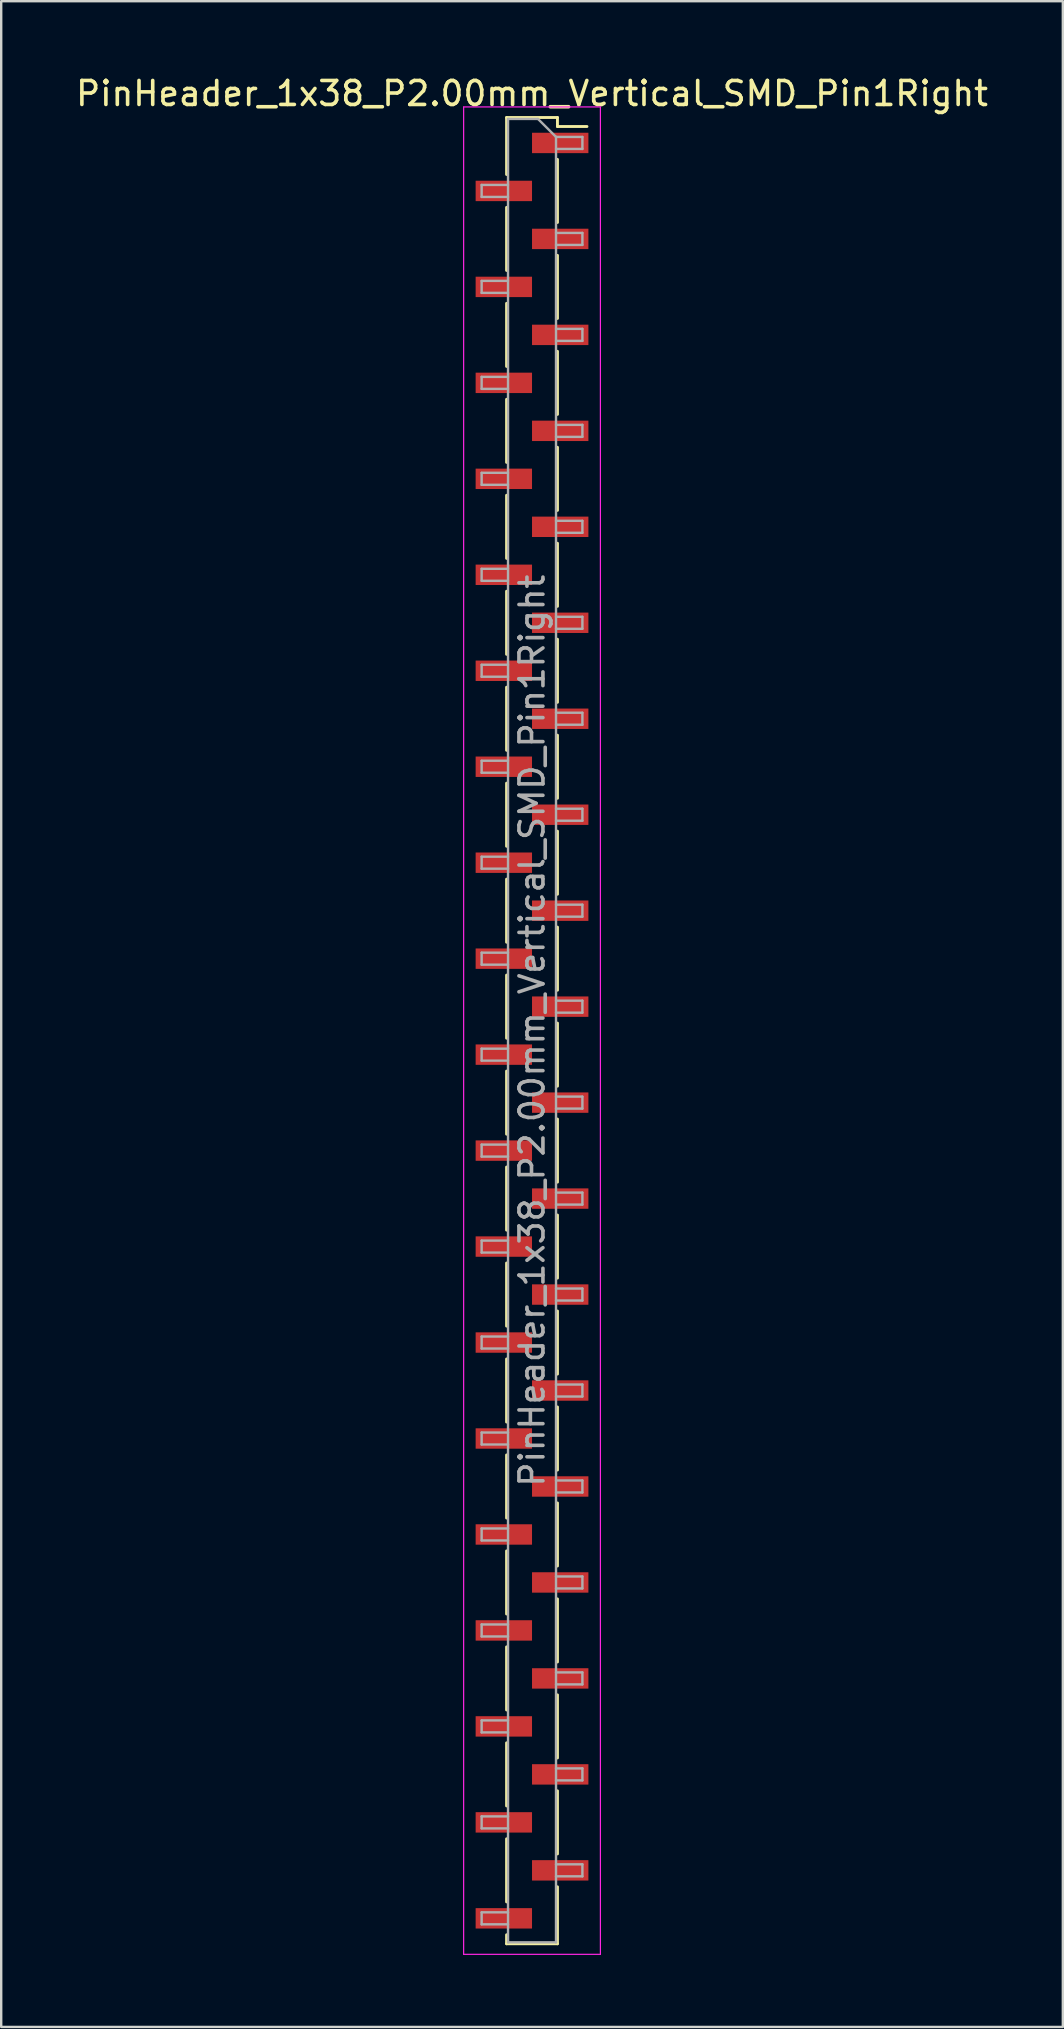
<source format=kicad_pcb>
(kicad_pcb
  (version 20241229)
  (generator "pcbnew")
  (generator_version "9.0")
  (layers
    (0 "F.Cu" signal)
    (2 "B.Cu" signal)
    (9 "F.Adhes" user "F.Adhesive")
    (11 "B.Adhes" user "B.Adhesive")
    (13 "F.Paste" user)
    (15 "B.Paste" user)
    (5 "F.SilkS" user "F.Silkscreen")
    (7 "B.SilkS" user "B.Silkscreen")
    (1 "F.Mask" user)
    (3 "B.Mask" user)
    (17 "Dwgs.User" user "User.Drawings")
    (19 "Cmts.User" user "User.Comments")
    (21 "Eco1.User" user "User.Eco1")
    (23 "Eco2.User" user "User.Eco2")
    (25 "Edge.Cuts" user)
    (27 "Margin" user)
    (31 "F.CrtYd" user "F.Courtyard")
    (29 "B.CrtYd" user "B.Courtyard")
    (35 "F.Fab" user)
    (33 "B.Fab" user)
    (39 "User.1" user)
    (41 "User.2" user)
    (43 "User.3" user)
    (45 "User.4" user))
  (footprint "PinHeader_1x38_P2.00mm_Vertical_SMD_Pin1Right"
    (layer "F.Cu")
    (at 19.125 39.908)
    (property "Reference" "PinHeader_1x38_P2.00mm_Vertical_SMD_Pin1Right" (at 0 -39.06 0) (layer "F.SilkS") (effects (font (size 1 1) (thickness 0.15))))
    (attr smd)
    (fp_line (start -1.06 -38.06) (end -1.06 -35.685) (stroke (width 0.12) (type solid)) (layer "F.SilkS"))
    (fp_line (start -1.06 -38.06) (end 1.06 -38.06) (stroke (width 0.12) (type solid)) (layer "F.SilkS"))
    (fp_line (start -1.06 -34.315) (end -1.06 -31.685) (stroke (width 0.12) (type solid)) (layer "F.SilkS"))
    (fp_line (start -1.06 -30.315) (end -1.06 -27.685) (stroke (width 0.12) (type solid)) (layer "F.SilkS"))
    (fp_line (start -1.06 -26.315) (end -1.06 -23.685) (stroke (width 0.12) (type solid)) (layer "F.SilkS"))
    (fp_line (start -1.06 -22.315) (end -1.06 -19.685) (stroke (width 0.12) (type solid)) (layer "F.SilkS"))
    (fp_line (start -1.06 -18.315) (end -1.06 -15.685) (stroke (width 0.12) (type solid)) (layer "F.SilkS"))
    (fp_line (start -1.06 -14.315) (end -1.06 -11.685) (stroke (width 0.12) (type solid)) (layer "F.SilkS"))
    (fp_line (start -1.06 -10.315) (end -1.06 -7.685) (stroke (width 0.12) (type solid)) (layer "F.SilkS"))
    (fp_line (start -1.06 -6.315) (end -1.06 -3.685) (stroke (width 0.12) (type solid)) (layer "F.SilkS"))
    (fp_line (start -1.06 -2.315) (end -1.06 0.315) (stroke (width 0.12) (type solid)) (layer "F.SilkS"))
    (fp_line (start -1.06 1.685) (end -1.06 4.315) (stroke (width 0.12) (type solid)) (layer "F.SilkS"))
    (fp_line (start -1.06 5.685) (end -1.06 8.315) (stroke (width 0.12) (type solid)) (layer "F.SilkS"))
    (fp_line (start -1.06 9.685) (end -1.06 12.315) (stroke (width 0.12) (type solid)) (layer "F.SilkS"))
    (fp_line (start -1.06 13.685) (end -1.06 16.315) (stroke (width 0.12) (type solid)) (layer "F.SilkS"))
    (fp_line (start -1.06 17.685) (end -1.06 20.315) (stroke (width 0.12) (type solid)) (layer "F.SilkS"))
    (fp_line (start -1.06 21.685) (end -1.06 24.315) (stroke (width 0.12) (type solid)) (layer "F.SilkS"))
    (fp_line (start -1.06 25.685) (end -1.06 28.315) (stroke (width 0.12) (type solid)) (layer "F.SilkS"))
    (fp_line (start -1.06 29.685) (end -1.06 32.315) (stroke (width 0.12) (type solid)) (layer "F.SilkS"))
    (fp_line (start -1.06 33.685) (end -1.06 36.315) (stroke (width 0.12) (type solid)) (layer "F.SilkS"))
    (fp_line (start -1.06 37.685) (end -1.06 38.06) (stroke (width 0.12) (type solid)) (layer "F.SilkS"))
    (fp_line (start -1.06 38.06) (end 1.06 38.06) (stroke (width 0.12) (type solid)) (layer "F.SilkS"))
    (fp_line (start 1.06 -38.06) (end 1.06 -37.685) (stroke (width 0.12) (type solid)) (layer "F.SilkS"))
    (fp_line (start 1.06 -37.685) (end 2.29 -37.685) (stroke (width 0.12) (type solid)) (layer "F.SilkS"))
    (fp_line (start 1.06 -36.315) (end 1.06 -33.685) (stroke (width 0.12) (type solid)) (layer "F.SilkS"))
    (fp_line (start 1.06 -32.315) (end 1.06 -29.685) (stroke (width 0.12) (type solid)) (layer "F.SilkS"))
    (fp_line (start 1.06 -28.315) (end 1.06 -25.685) (stroke (width 0.12) (type solid)) (layer "F.SilkS"))
    (fp_line (start 1.06 -24.315) (end 1.06 -21.685) (stroke (width 0.12) (type solid)) (layer "F.SilkS"))
    (fp_line (start 1.06 -20.315) (end 1.06 -17.685) (stroke (width 0.12) (type solid)) (layer "F.SilkS"))
    (fp_line (start 1.06 -16.315) (end 1.06 -13.685) (stroke (width 0.12) (type solid)) (layer "F.SilkS"))
    (fp_line (start 1.06 -12.315) (end 1.06 -9.685) (stroke (width 0.12) (type solid)) (layer "F.SilkS"))
    (fp_line (start 1.06 -8.315) (end 1.06 -5.685) (stroke (width 0.12) (type solid)) (layer "F.SilkS"))
    (fp_line (start 1.06 -4.315) (end 1.06 -1.685) (stroke (width 0.12) (type solid)) (layer "F.SilkS"))
    (fp_line (start 1.06 -0.315) (end 1.06 2.315) (stroke (width 0.12) (type solid)) (layer "F.SilkS"))
    (fp_line (start 1.06 3.685) (end 1.06 6.315) (stroke (width 0.12) (type solid)) (layer "F.SilkS"))
    (fp_line (start 1.06 7.685) (end 1.06 10.315) (stroke (width 0.12) (type solid)) (layer "F.SilkS"))
    (fp_line (start 1.06 11.685) (end 1.06 14.315) (stroke (width 0.12) (type solid)) (layer "F.SilkS"))
    (fp_line (start 1.06 15.685) (end 1.06 18.315) (stroke (width 0.12) (type solid)) (layer "F.SilkS"))
    (fp_line (start 1.06 19.685) (end 1.06 22.315) (stroke (width 0.12) (type solid)) (layer "F.SilkS"))
    (fp_line (start 1.06 23.685) (end 1.06 26.315) (stroke (width 0.12) (type solid)) (layer "F.SilkS"))
    (fp_line (start 1.06 27.685) (end 1.06 30.315) (stroke (width 0.12) (type solid)) (layer "F.SilkS"))
    (fp_line (start 1.06 31.685) (end 1.06 34.315) (stroke (width 0.12) (type solid)) (layer "F.SilkS"))
    (fp_line (start 1.06 35.685) (end 1.06 38.06) (stroke (width 0.12) (type solid)) (layer "F.SilkS"))
    (fp_line (start -2.85 -38.5) (end -2.85 38.5) (stroke (width 0.05) (type solid)) (layer "F.CrtYd"))
    (fp_line (start -2.85 38.5) (end 2.85 38.5) (stroke (width 0.05) (type solid)) (layer "F.CrtYd"))
    (fp_line (start 2.85 -38.5) (end -2.85 -38.5) (stroke (width 0.05) (type solid)) (layer "F.CrtYd"))
    (fp_line (start 2.85 38.5) (end 2.85 -38.5) (stroke (width 0.05) (type solid)) (layer "F.CrtYd"))
    (fp_line (start -2.1 -35.25) (end -2.1 -34.75) (stroke (width 0.1) (type solid)) (layer "F.Fab"))
    (fp_line (start -2.1 -34.75) (end -1 -34.75) (stroke (width 0.1) (type solid)) (layer "F.Fab"))
    (fp_line (start -2.1 -31.25) (end -2.1 -30.75) (stroke (width 0.1) (type solid)) (layer "F.Fab"))
    (fp_line (start -2.1 -30.75) (end -1 -30.75) (stroke (width 0.1) (type solid)) (layer "F.Fab"))
    (fp_line (start -2.1 -27.25) (end -2.1 -26.75) (stroke (width 0.1) (type solid)) (layer "F.Fab"))
    (fp_line (start -2.1 -26.75) (end -1 -26.75) (stroke (width 0.1) (type solid)) (layer "F.Fab"))
    (fp_line (start -2.1 -23.25) (end -2.1 -22.75) (stroke (width 0.1) (type solid)) (layer "F.Fab"))
    (fp_line (start -2.1 -22.75) (end -1 -22.75) (stroke (width 0.1) (type solid)) (layer "F.Fab"))
    (fp_line (start -2.1 -19.25) (end -2.1 -18.75) (stroke (width 0.1) (type solid)) (layer "F.Fab"))
    (fp_line (start -2.1 -18.75) (end -1 -18.75) (stroke (width 0.1) (type solid)) (layer "F.Fab"))
    (fp_line (start -2.1 -15.25) (end -2.1 -14.75) (stroke (width 0.1) (type solid)) (layer "F.Fab"))
    (fp_line (start -2.1 -14.75) (end -1 -14.75) (stroke (width 0.1) (type solid)) (layer "F.Fab"))
    (fp_line (start -2.1 -11.25) (end -2.1 -10.75) (stroke (width 0.1) (type solid)) (layer "F.Fab"))
    (fp_line (start -2.1 -10.75) (end -1 -10.75) (stroke (width 0.1) (type solid)) (layer "F.Fab"))
    (fp_line (start -2.1 -7.25) (end -2.1 -6.75) (stroke (width 0.1) (type solid)) (layer "F.Fab"))
    (fp_line (start -2.1 -6.75) (end -1 -6.75) (stroke (width 0.1) (type solid)) (layer "F.Fab"))
    (fp_line (start -2.1 -3.25) (end -2.1 -2.75) (stroke (width 0.1) (type solid)) (layer "F.Fab"))
    (fp_line (start -2.1 -2.75) (end -1 -2.75) (stroke (width 0.1) (type solid)) (layer "F.Fab"))
    (fp_line (start -2.1 0.75) (end -2.1 1.25) (stroke (width 0.1) (type solid)) (layer "F.Fab"))
    (fp_line (start -2.1 1.25) (end -1 1.25) (stroke (width 0.1) (type solid)) (layer "F.Fab"))
    (fp_line (start -2.1 4.75) (end -2.1 5.25) (stroke (width 0.1) (type solid)) (layer "F.Fab"))
    (fp_line (start -2.1 5.25) (end -1 5.25) (stroke (width 0.1) (type solid)) (layer "F.Fab"))
    (fp_line (start -2.1 8.75) (end -2.1 9.25) (stroke (width 0.1) (type solid)) (layer "F.Fab"))
    (fp_line (start -2.1 9.25) (end -1 9.25) (stroke (width 0.1) (type solid)) (layer "F.Fab"))
    (fp_line (start -2.1 12.75) (end -2.1 13.25) (stroke (width 0.1) (type solid)) (layer "F.Fab"))
    (fp_line (start -2.1 13.25) (end -1 13.25) (stroke (width 0.1) (type solid)) (layer "F.Fab"))
    (fp_line (start -2.1 16.75) (end -2.1 17.25) (stroke (width 0.1) (type solid)) (layer "F.Fab"))
    (fp_line (start -2.1 17.25) (end -1 17.25) (stroke (width 0.1) (type solid)) (layer "F.Fab"))
    (fp_line (start -2.1 20.75) (end -2.1 21.25) (stroke (width 0.1) (type solid)) (layer "F.Fab"))
    (fp_line (start -2.1 21.25) (end -1 21.25) (stroke (width 0.1) (type solid)) (layer "F.Fab"))
    (fp_line (start -2.1 24.75) (end -2.1 25.25) (stroke (width 0.1) (type solid)) (layer "F.Fab"))
    (fp_line (start -2.1 25.25) (end -1 25.25) (stroke (width 0.1) (type solid)) (layer "F.Fab"))
    (fp_line (start -2.1 28.75) (end -2.1 29.25) (stroke (width 0.1) (type solid)) (layer "F.Fab"))
    (fp_line (start -2.1 29.25) (end -1 29.25) (stroke (width 0.1) (type solid)) (layer "F.Fab"))
    (fp_line (start -2.1 32.75) (end -2.1 33.25) (stroke (width 0.1) (type solid)) (layer "F.Fab"))
    (fp_line (start -2.1 33.25) (end -1 33.25) (stroke (width 0.1) (type solid)) (layer "F.Fab"))
    (fp_line (start -2.1 36.75) (end -2.1 37.25) (stroke (width 0.1) (type solid)) (layer "F.Fab"))
    (fp_line (start -2.1 37.25) (end -1 37.25) (stroke (width 0.1) (type solid)) (layer "F.Fab"))
    (fp_line (start -1 -38) (end -1 38) (stroke (width 0.1) (type solid)) (layer "F.Fab"))
    (fp_line (start -1 -38) (end 0.25 -38) (stroke (width 0.1) (type solid)) (layer "F.Fab"))
    (fp_line (start -1 -35.25) (end -2.1 -35.25) (stroke (width 0.1) (type solid)) (layer "F.Fab"))
    (fp_line (start -1 -31.25) (end -2.1 -31.25) (stroke (width 0.1) (type solid)) (layer "F.Fab"))
    (fp_line (start -1 -27.25) (end -2.1 -27.25) (stroke (width 0.1) (type solid)) (layer "F.Fab"))
    (fp_line (start -1 -23.25) (end -2.1 -23.25) (stroke (width 0.1) (type solid)) (layer "F.Fab"))
    (fp_line (start -1 -19.25) (end -2.1 -19.25) (stroke (width 0.1) (type solid)) (layer "F.Fab"))
    (fp_line (start -1 -15.25) (end -2.1 -15.25) (stroke (width 0.1) (type solid)) (layer "F.Fab"))
    (fp_line (start -1 -11.25) (end -2.1 -11.25) (stroke (width 0.1) (type solid)) (layer "F.Fab"))
    (fp_line (start -1 -7.25) (end -2.1 -7.25) (stroke (width 0.1) (type solid)) (layer "F.Fab"))
    (fp_line (start -1 -3.25) (end -2.1 -3.25) (stroke (width 0.1) (type solid)) (layer "F.Fab"))
    (fp_line (start -1 0.75) (end -2.1 0.75) (stroke (width 0.1) (type solid)) (layer "F.Fab"))
    (fp_line (start -1 4.75) (end -2.1 4.75) (stroke (width 0.1) (type solid)) (layer "F.Fab"))
    (fp_line (start -1 8.75) (end -2.1 8.75) (stroke (width 0.1) (type solid)) (layer "F.Fab"))
    (fp_line (start -1 12.75) (end -2.1 12.75) (stroke (width 0.1) (type solid)) (layer "F.Fab"))
    (fp_line (start -1 16.75) (end -2.1 16.75) (stroke (width 0.1) (type solid)) (layer "F.Fab"))
    (fp_line (start -1 20.75) (end -2.1 20.75) (stroke (width 0.1) (type solid)) (layer "F.Fab"))
    (fp_line (start -1 24.75) (end -2.1 24.75) (stroke (width 0.1) (type solid)) (layer "F.Fab"))
    (fp_line (start -1 28.75) (end -2.1 28.75) (stroke (width 0.1) (type solid)) (layer "F.Fab"))
    (fp_line (start -1 32.75) (end -2.1 32.75) (stroke (width 0.1) (type solid)) (layer "F.Fab"))
    (fp_line (start -1 36.75) (end -2.1 36.75) (stroke (width 0.1) (type solid)) (layer "F.Fab"))
    (fp_line (start 1 -37.25) (end 0.25 -38) (stroke (width 0.1) (type solid)) (layer "F.Fab"))
    (fp_line (start 1 -37.25) (end 2.1 -37.25) (stroke (width 0.1) (type solid)) (layer "F.Fab"))
    (fp_line (start 1 -33.25) (end 2.1 -33.25) (stroke (width 0.1) (type solid)) (layer "F.Fab"))
    (fp_line (start 1 -29.25) (end 2.1 -29.25) (stroke (width 0.1) (type solid)) (layer "F.Fab"))
    (fp_line (start 1 -25.25) (end 2.1 -25.25) (stroke (width 0.1) (type solid)) (layer "F.Fab"))
    (fp_line (start 1 -21.25) (end 2.1 -21.25) (stroke (width 0.1) (type solid)) (layer "F.Fab"))
    (fp_line (start 1 -17.25) (end 2.1 -17.25) (stroke (width 0.1) (type solid)) (layer "F.Fab"))
    (fp_line (start 1 -13.25) (end 2.1 -13.25) (stroke (width 0.1) (type solid)) (layer "F.Fab"))
    (fp_line (start 1 -9.25) (end 2.1 -9.25) (stroke (width 0.1) (type solid)) (layer "F.Fab"))
    (fp_line (start 1 -5.25) (end 2.1 -5.25) (stroke (width 0.1) (type solid)) (layer "F.Fab"))
    (fp_line (start 1 -1.25) (end 2.1 -1.25) (stroke (width 0.1) (type solid)) (layer "F.Fab"))
    (fp_line (start 1 2.75) (end 2.1 2.75) (stroke (width 0.1) (type solid)) (layer "F.Fab"))
    (fp_line (start 1 6.75) (end 2.1 6.75) (stroke (width 0.1) (type solid)) (layer "F.Fab"))
    (fp_line (start 1 10.75) (end 2.1 10.75) (stroke (width 0.1) (type solid)) (layer "F.Fab"))
    (fp_line (start 1 14.75) (end 2.1 14.75) (stroke (width 0.1) (type solid)) (layer "F.Fab"))
    (fp_line (start 1 18.75) (end 2.1 18.75) (stroke (width 0.1) (type solid)) (layer "F.Fab"))
    (fp_line (start 1 22.75) (end 2.1 22.75) (stroke (width 0.1) (type solid)) (layer "F.Fab"))
    (fp_line (start 1 26.75) (end 2.1 26.75) (stroke (width 0.1) (type solid)) (layer "F.Fab"))
    (fp_line (start 1 30.75) (end 2.1 30.75) (stroke (width 0.1) (type solid)) (layer "F.Fab"))
    (fp_line (start 1 34.75) (end 2.1 34.75) (stroke (width 0.1) (type solid)) (layer "F.Fab"))
    (fp_line (start 1 38) (end -1 38) (stroke (width 0.1) (type solid)) (layer "F.Fab"))
    (fp_line (start 1 38) (end 1 -37.25) (stroke (width 0.1) (type solid)) (layer "F.Fab"))
    (fp_line (start 2.1 -37.25) (end 2.1 -36.75) (stroke (width 0.1) (type solid)) (layer "F.Fab"))
    (fp_line (start 2.1 -36.75) (end 1 -36.75) (stroke (width 0.1) (type solid)) (layer "F.Fab"))
    (fp_line (start 2.1 -33.25) (end 2.1 -32.75) (stroke (width 0.1) (type solid)) (layer "F.Fab"))
    (fp_line (start 2.1 -32.75) (end 1 -32.75) (stroke (width 0.1) (type solid)) (layer "F.Fab"))
    (fp_line (start 2.1 -29.25) (end 2.1 -28.75) (stroke (width 0.1) (type solid)) (layer "F.Fab"))
    (fp_line (start 2.1 -28.75) (end 1 -28.75) (stroke (width 0.1) (type solid)) (layer "F.Fab"))
    (fp_line (start 2.1 -25.25) (end 2.1 -24.75) (stroke (width 0.1) (type solid)) (layer "F.Fab"))
    (fp_line (start 2.1 -24.75) (end 1 -24.75) (stroke (width 0.1) (type solid)) (layer "F.Fab"))
    (fp_line (start 2.1 -21.25) (end 2.1 -20.75) (stroke (width 0.1) (type solid)) (layer "F.Fab"))
    (fp_line (start 2.1 -20.75) (end 1 -20.75) (stroke (width 0.1) (type solid)) (layer "F.Fab"))
    (fp_line (start 2.1 -17.25) (end 2.1 -16.75) (stroke (width 0.1) (type solid)) (layer "F.Fab"))
    (fp_line (start 2.1 -16.75) (end 1 -16.75) (stroke (width 0.1) (type solid)) (layer "F.Fab"))
    (fp_line (start 2.1 -13.25) (end 2.1 -12.75) (stroke (width 0.1) (type solid)) (layer "F.Fab"))
    (fp_line (start 2.1 -12.75) (end 1 -12.75) (stroke (width 0.1) (type solid)) (layer "F.Fab"))
    (fp_line (start 2.1 -9.25) (end 2.1 -8.75) (stroke (width 0.1) (type solid)) (layer "F.Fab"))
    (fp_line (start 2.1 -8.75) (end 1 -8.75) (stroke (width 0.1) (type solid)) (layer "F.Fab"))
    (fp_line (start 2.1 -5.25) (end 2.1 -4.75) (stroke (width 0.1) (type solid)) (layer "F.Fab"))
    (fp_line (start 2.1 -4.75) (end 1 -4.75) (stroke (width 0.1) (type solid)) (layer "F.Fab"))
    (fp_line (start 2.1 -1.25) (end 2.1 -0.75) (stroke (width 0.1) (type solid)) (layer "F.Fab"))
    (fp_line (start 2.1 -0.75) (end 1 -0.75) (stroke (width 0.1) (type solid)) (layer "F.Fab"))
    (fp_line (start 2.1 2.75) (end 2.1 3.25) (stroke (width 0.1) (type solid)) (layer "F.Fab"))
    (fp_line (start 2.1 3.25) (end 1 3.25) (stroke (width 0.1) (type solid)) (layer "F.Fab"))
    (fp_line (start 2.1 6.75) (end 2.1 7.25) (stroke (width 0.1) (type solid)) (layer "F.Fab"))
    (fp_line (start 2.1 7.25) (end 1 7.25) (stroke (width 0.1) (type solid)) (layer "F.Fab"))
    (fp_line (start 2.1 10.75) (end 2.1 11.25) (stroke (width 0.1) (type solid)) (layer "F.Fab"))
    (fp_line (start 2.1 11.25) (end 1 11.25) (stroke (width 0.1) (type solid)) (layer "F.Fab"))
    (fp_line (start 2.1 14.75) (end 2.1 15.25) (stroke (width 0.1) (type solid)) (layer "F.Fab"))
    (fp_line (start 2.1 15.25) (end 1 15.25) (stroke (width 0.1) (type solid)) (layer "F.Fab"))
    (fp_line (start 2.1 18.75) (end 2.1 19.25) (stroke (width 0.1) (type solid)) (layer "F.Fab"))
    (fp_line (start 2.1 19.25) (end 1 19.25) (stroke (width 0.1) (type solid)) (layer "F.Fab"))
    (fp_line (start 2.1 22.75) (end 2.1 23.25) (stroke (width 0.1) (type solid)) (layer "F.Fab"))
    (fp_line (start 2.1 23.25) (end 1 23.25) (stroke (width 0.1) (type solid)) (layer "F.Fab"))
    (fp_line (start 2.1 26.75) (end 2.1 27.25) (stroke (width 0.1) (type solid)) (layer "F.Fab"))
    (fp_line (start 2.1 27.25) (end 1 27.25) (stroke (width 0.1) (type solid)) (layer "F.Fab"))
    (fp_line (start 2.1 30.75) (end 2.1 31.25) (stroke (width 0.1) (type solid)) (layer "F.Fab"))
    (fp_line (start 2.1 31.25) (end 1 31.25) (stroke (width 0.1) (type solid)) (layer "F.Fab"))
    (fp_line (start 2.1 34.75) (end 2.1 35.25) (stroke (width 0.1) (type solid)) (layer "F.Fab"))
    (fp_line (start 2.1 35.25) (end 1 35.25) (stroke (width 0.1) (type solid)) (layer "F.Fab"))
    (fp_text user "${REFERENCE}" (at 0 0 90) (layer "F.Fab") (effects (font (size 1 1) (thickness 0.15))))
    (pad "1" smd rect (at 1.175 -37) (size 2.35 0.85) (layers "F.Cu" "F.Mask" "F.Paste"))
    (pad "2" smd rect (at -1.175 -35) (size 2.35 0.85) (layers "F.Cu" "F.Mask" "F.Paste"))
    (pad "3" smd rect (at 1.175 -33) (size 2.35 0.85) (layers "F.Cu" "F.Mask" "F.Paste"))
    (pad "4" smd rect (at -1.175 -31) (size 2.35 0.85) (layers "F.Cu" "F.Mask" "F.Paste"))
    (pad "5" smd rect (at 1.175 -29) (size 2.35 0.85) (layers "F.Cu" "F.Mask" "F.Paste"))
    (pad "6" smd rect (at -1.175 -27) (size 2.35 0.85) (layers "F.Cu" "F.Mask" "F.Paste"))
    (pad "7" smd rect (at 1.175 -25) (size 2.35 0.85) (layers "F.Cu" "F.Mask" "F.Paste"))
    (pad "8" smd rect (at -1.175 -23) (size 2.35 0.85) (layers "F.Cu" "F.Mask" "F.Paste"))
    (pad "9" smd rect (at 1.175 -21) (size 2.35 0.85) (layers "F.Cu" "F.Mask" "F.Paste"))
    (pad "10" smd rect (at -1.175 -19) (size 2.35 0.85) (layers "F.Cu" "F.Mask" "F.Paste"))
    (pad "11" smd rect (at 1.175 -17) (size 2.35 0.85) (layers "F.Cu" "F.Mask" "F.Paste"))
    (pad "12" smd rect (at -1.175 -15) (size 2.35 0.85) (layers "F.Cu" "F.Mask" "F.Paste"))
    (pad "13" smd rect (at 1.175 -13) (size 2.35 0.85) (layers "F.Cu" "F.Mask" "F.Paste"))
    (pad "14" smd rect (at -1.175 -11) (size 2.35 0.85) (layers "F.Cu" "F.Mask" "F.Paste"))
    (pad "15" smd rect (at 1.175 -9) (size 2.35 0.85) (layers "F.Cu" "F.Mask" "F.Paste"))
    (pad "16" smd rect (at -1.175 -7) (size 2.35 0.85) (layers "F.Cu" "F.Mask" "F.Paste"))
    (pad "17" smd rect (at 1.175 -5) (size 2.35 0.85) (layers "F.Cu" "F.Mask" "F.Paste"))
    (pad "18" smd rect (at -1.175 -3) (size 2.35 0.85) (layers "F.Cu" "F.Mask" "F.Paste"))
    (pad "19" smd rect (at 1.175 -1) (size 2.35 0.85) (layers "F.Cu" "F.Mask" "F.Paste"))
    (pad "20" smd rect (at -1.175 1) (size 2.35 0.85) (layers "F.Cu" "F.Mask" "F.Paste"))
    (pad "21" smd rect (at 1.175 3) (size 2.35 0.85) (layers "F.Cu" "F.Mask" "F.Paste"))
    (pad "22" smd rect (at -1.175 5) (size 2.35 0.85) (layers "F.Cu" "F.Mask" "F.Paste"))
    (pad "23" smd rect (at 1.175 7) (size 2.35 0.85) (layers "F.Cu" "F.Mask" "F.Paste"))
    (pad "24" smd rect (at -1.175 9) (size 2.35 0.85) (layers "F.Cu" "F.Mask" "F.Paste"))
    (pad "25" smd rect (at 1.175 11) (size 2.35 0.85) (layers "F.Cu" "F.Mask" "F.Paste"))
    (pad "26" smd rect (at -1.175 13) (size 2.35 0.85) (layers "F.Cu" "F.Mask" "F.Paste"))
    (pad "27" smd rect (at 1.175 15) (size 2.35 0.85) (layers "F.Cu" "F.Mask" "F.Paste"))
    (pad "28" smd rect (at -1.175 17) (size 2.35 0.85) (layers "F.Cu" "F.Mask" "F.Paste"))
    (pad "29" smd rect (at 1.175 19) (size 2.35 0.85) (layers "F.Cu" "F.Mask" "F.Paste"))
    (pad "30" smd rect (at -1.175 21) (size 2.35 0.85) (layers "F.Cu" "F.Mask" "F.Paste"))
    (pad "31" smd rect (at 1.175 23) (size 2.35 0.85) (layers "F.Cu" "F.Mask" "F.Paste"))
    (pad "32" smd rect (at -1.175 25) (size 2.35 0.85) (layers "F.Cu" "F.Mask" "F.Paste"))
    (pad "33" smd rect (at 1.175 27) (size 2.35 0.85) (layers "F.Cu" "F.Mask" "F.Paste"))
    (pad "34" smd rect (at -1.175 29) (size 2.35 0.85) (layers "F.Cu" "F.Mask" "F.Paste"))
    (pad "35" smd rect (at 1.175 31) (size 2.35 0.85) (layers "F.Cu" "F.Mask" "F.Paste"))
    (pad "36" smd rect (at -1.175 33) (size 2.35 0.85) (layers "F.Cu" "F.Mask" "F.Paste"))
    (pad "37" smd rect (at 1.175 35) (size 2.35 0.85) (layers "F.Cu" "F.Mask" "F.Paste"))
    (pad "38" smd rect (at -1.175 37) (size 2.35 0.85) (layers "F.Cu" "F.Mask" "F.Paste")))
  (gr_rect
    (start -3 -3)
    (end 41.25 81.433)
    (stroke (width 0.1) (type default))
    (fill no)
    (layer "Edge.Cuts")))
</source>
